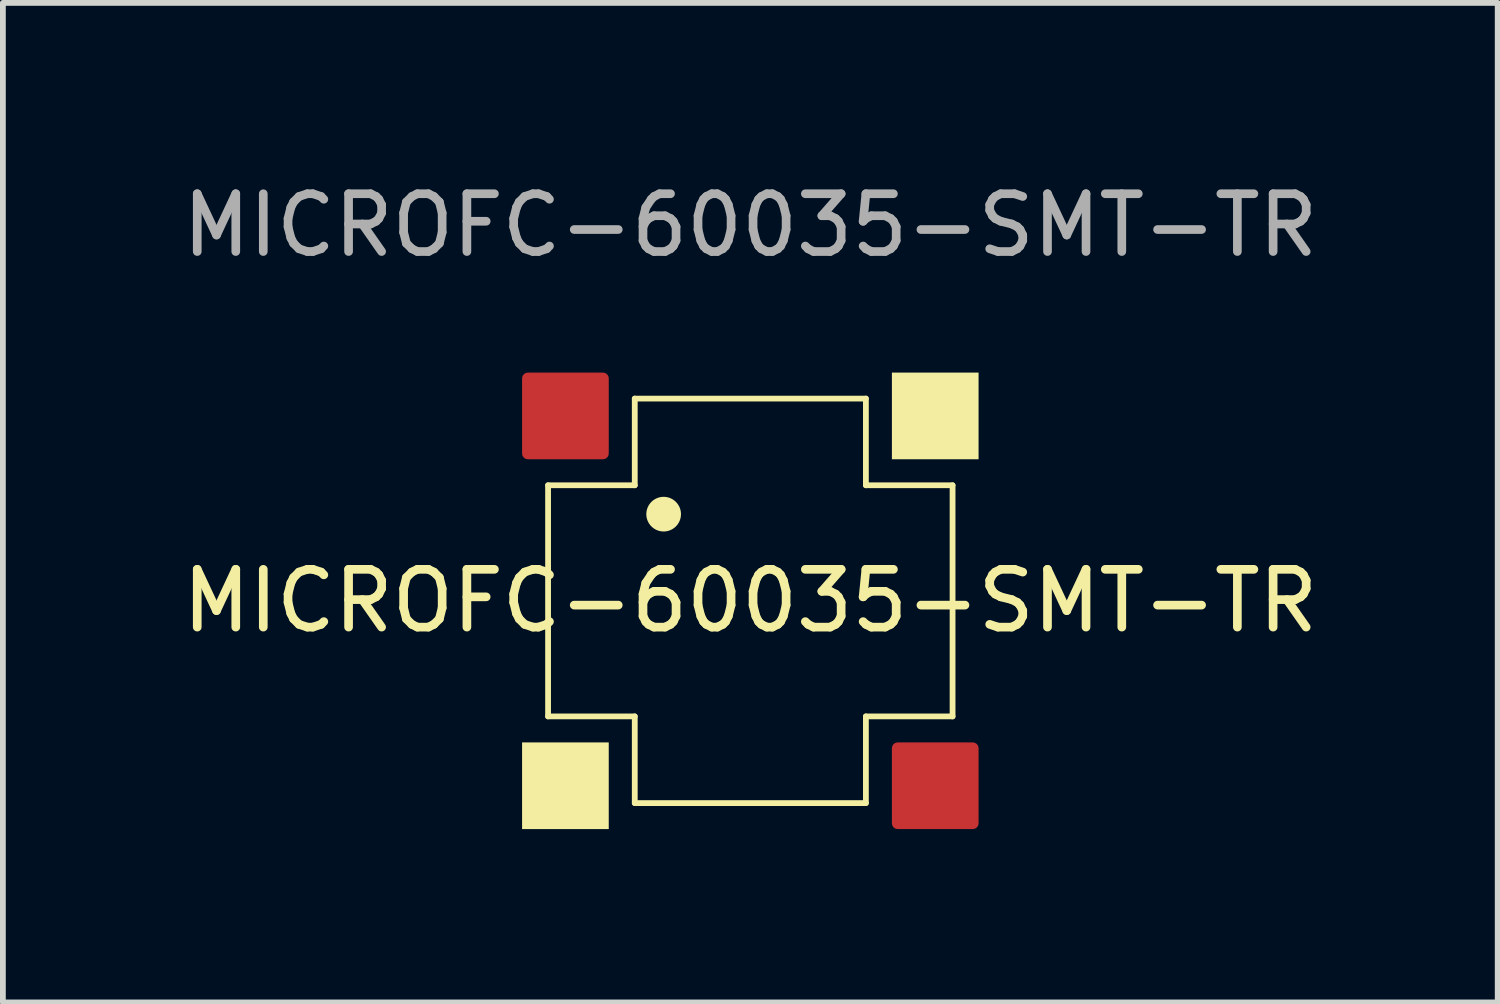
<source format=kicad_pcb>
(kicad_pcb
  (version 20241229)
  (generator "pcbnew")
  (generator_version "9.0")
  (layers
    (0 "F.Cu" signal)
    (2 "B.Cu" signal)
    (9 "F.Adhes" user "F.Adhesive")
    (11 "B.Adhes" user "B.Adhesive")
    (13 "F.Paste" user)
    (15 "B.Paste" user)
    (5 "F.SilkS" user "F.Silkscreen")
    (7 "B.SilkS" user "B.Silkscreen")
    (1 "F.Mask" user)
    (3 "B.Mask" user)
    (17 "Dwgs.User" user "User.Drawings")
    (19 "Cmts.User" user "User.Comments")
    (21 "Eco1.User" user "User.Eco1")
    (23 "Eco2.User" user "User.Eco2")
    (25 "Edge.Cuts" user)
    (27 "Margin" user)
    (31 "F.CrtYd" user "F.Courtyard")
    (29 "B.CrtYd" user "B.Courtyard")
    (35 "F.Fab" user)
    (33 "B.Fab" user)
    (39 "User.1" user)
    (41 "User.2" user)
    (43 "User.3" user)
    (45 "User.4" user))
  (footprint "MICROFC-60035-SMT-TR"
    (layer "F.Cu")
    (at 9.935 7.348)
    (property "Reference" "MICROFC-60035-SMT-TR" (at 0 0 0) (unlocked yes) (layer "F.SilkS") (effects (font (size 1 1) (thickness 0.15))))
    (attr smd)
    (fp_line (start -3.5 -2) (end -3.5 2) (stroke (width 0.1) (type default)) (layer "F.SilkS"))
    (fp_line (start -3.5 2) (end -2 2) (stroke (width 0.1) (type default)) (layer "F.SilkS"))
    (fp_line (start -2 -3.5) (end -2 -2) (stroke (width 0.1) (type default)) (layer "F.SilkS"))
    (fp_line (start -2 -3.5) (end 2 -3.5) (stroke (width 0.1) (type default)) (layer "F.SilkS"))
    (fp_line (start -2 -2) (end -3.5 -2) (stroke (width 0.1) (type default)) (layer "F.SilkS"))
    (fp_line (start -2 2) (end -2 3.5) (stroke (width 0.1) (type default)) (layer "F.SilkS"))
    (fp_line (start 2 -3.5) (end 2 -2) (stroke (width 0.1) (type default)) (layer "F.SilkS"))
    (fp_line (start 2 -2) (end 3.5 -2) (stroke (width 0.1) (type default)) (layer "F.SilkS"))
    (fp_line (start 2 2) (end 3.5 2) (stroke (width 0.1) (type default)) (layer "F.SilkS"))
    (fp_line (start 2 3.5) (end -2 3.5) (stroke (width 0.1) (type default)) (layer "F.SilkS"))
    (fp_line (start 2 3.5) (end 2 2) (stroke (width 0.1) (type default)) (layer "F.SilkS"))
    (fp_line (start 3.5 2) (end 3.5 -2) (stroke (width 0.1) (type default)) (layer "F.SilkS"))
    (fp_rect (start -3.95 2.45) (end -2.45 3.95) (stroke (width 0) (type solid)) (fill yes) (layer "F.SilkS"))
    (fp_rect (start 2.45 -3.95) (end 3.95 -2.45) (stroke (width 0) (type solid)) (fill yes) (layer "F.SilkS"))
    (fp_circle (center -1.5 -1.5) (end -1.25 -1.5) (stroke (width 0.1) (type solid)) (fill yes) (layer "F.SilkS"))
    (fp_text user "${REFERENCE}" (at 0 -6.5 0) (unlocked yes) (layer "F.Fab") (effects (font (size 1 1) (thickness 0.15))))
    (pad "1" smd roundrect (at 3.2 3.2) (size 1.5 1.5) (layers "F.Cu" "F.Mask" "F.Paste") (roundrect_rratio 0.066))
    (pad "2" smd roundrect (at -3.2 -3.2) (size 1.5 1.5) (layers "F.Cu" "F.Mask" "F.Paste") (roundrect_rratio 0.066)))
  (gr_rect
    (start -3 -3)
    (end 22.869 14.298)
    (stroke (width 0.1) (type default))
    (fill no)
    (layer "Edge.Cuts")))
</source>
